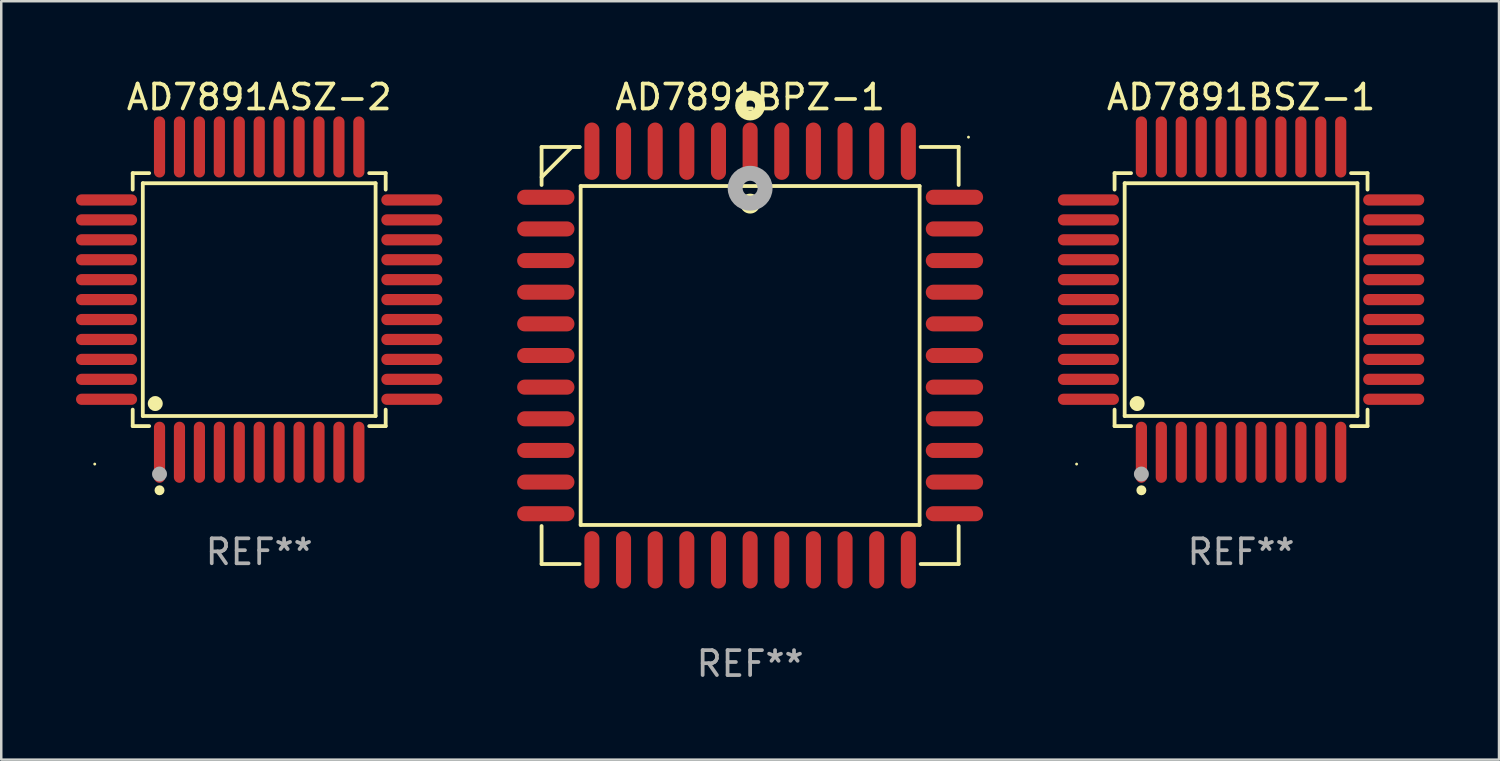
<source format=kicad_pcb>
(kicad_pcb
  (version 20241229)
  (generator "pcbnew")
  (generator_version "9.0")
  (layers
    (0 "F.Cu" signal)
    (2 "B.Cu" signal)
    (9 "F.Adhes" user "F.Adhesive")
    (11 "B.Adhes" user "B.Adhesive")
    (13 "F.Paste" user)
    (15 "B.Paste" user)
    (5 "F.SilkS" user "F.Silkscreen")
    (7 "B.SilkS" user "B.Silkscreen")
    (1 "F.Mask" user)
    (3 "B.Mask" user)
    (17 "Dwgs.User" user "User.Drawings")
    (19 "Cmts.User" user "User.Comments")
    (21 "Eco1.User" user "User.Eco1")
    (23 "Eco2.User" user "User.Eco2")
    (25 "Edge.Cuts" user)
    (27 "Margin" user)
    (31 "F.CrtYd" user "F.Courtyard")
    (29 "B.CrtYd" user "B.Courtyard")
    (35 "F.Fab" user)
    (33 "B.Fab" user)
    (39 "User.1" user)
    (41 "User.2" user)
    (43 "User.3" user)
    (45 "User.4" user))
  (footprint "AD7891BSZ-1"
    (layer "F.Cu")
    (at 46.756 8.974)
    (property "Reference" "AD7891BSZ-1" (at 0 -8.126 0) (layer "F.SilkS") (effects (font (size 1 1) (thickness 0.15))))
    (attr through_hole)
    (fp_line (start -5.076 -5.076) (end -4.415 -5.076) (stroke (width 0.152) (type solid)) (layer "F.SilkS"))
    (fp_line (start -5.076 -4.415) (end -5.076 -5.076) (stroke (width 0.152) (type solid)) (layer "F.SilkS"))
    (fp_line (start -5.076 4.415) (end -5.076 5.076) (stroke (width 0.152) (type solid)) (layer "F.SilkS"))
    (fp_line (start -5.076 5.076) (end -4.415 5.076) (stroke (width 0.152) (type solid)) (layer "F.SilkS"))
    (fp_line (start -4.671 -4.671) (end 4.671 -4.671) (stroke (width 0.152) (type solid)) (layer "F.SilkS"))
    (fp_line (start -4.671 4.671) (end -4.671 -4.671) (stroke (width 0.152) (type solid)) (layer "F.SilkS"))
    (fp_line (start 4.671 -4.671) (end 4.671 4.671) (stroke (width 0.152) (type solid)) (layer "F.SilkS"))
    (fp_line (start 4.671 4.671) (end -4.671 4.671) (stroke (width 0.152) (type solid)) (layer "F.SilkS"))
    (fp_line (start 5.076 -5.076) (end 4.415 -5.076) (stroke (width 0.152) (type solid)) (layer "F.SilkS"))
    (fp_line (start 5.076 -4.415) (end 5.076 -5.076) (stroke (width 0.152) (type solid)) (layer "F.SilkS"))
    (fp_line (start 5.076 4.415) (end 5.076 5.076) (stroke (width 0.152) (type solid)) (layer "F.SilkS"))
    (fp_line (start 5.076 5.076) (end 4.415 5.076) (stroke (width 0.152) (type solid)) (layer "F.SilkS"))
    (fp_circle (center -6.6 6.6) (end -6.57 6.6) (stroke (width 0.06) (type solid)) (fill no) (layer "F.SilkS"))
    (fp_circle (center -4.171 4.171) (end -4.021 4.171) (stroke (width 0.3) (type solid)) (fill no) (layer "F.SilkS"))
    (fp_circle (center -4 7.652) (end -3.9 7.652) (stroke (width 0.2) (type solid)) (fill no) (layer "F.SilkS"))
    (fp_circle (center -4 7) (end -3.85 7) (stroke (width 0.3) (type solid)) (fill no) (layer "F.Fab"))
    (fp_text user "REF**" (at 0 10.126 0) (layer "F.Fab") (effects (font (size 1 1) (thickness 0.15))))
    (pad "1" smd oval (at -4 6.126) (size 0.448 2.452) (layers "F.Cu" "F.Mask" "F.Paste"))
    (pad "2" smd oval (at -3.2 6.126) (size 0.448 2.452) (layers "F.Cu" "F.Mask" "F.Paste"))
    (pad "3" smd oval (at -2.4 6.126) (size 0.448 2.452) (layers "F.Cu" "F.Mask" "F.Paste"))
    (pad "4" smd oval (at -1.6 6.126) (size 0.448 2.452) (layers "F.Cu" "F.Mask" "F.Paste"))
    (pad "5" smd oval (at -0.8 6.126) (size 0.448 2.452) (layers "F.Cu" "F.Mask" "F.Paste"))
    (pad "6" smd oval (at 0 6.126) (size 0.448 2.452) (layers "F.Cu" "F.Mask" "F.Paste"))
    (pad "7" smd oval (at 0.8 6.126) (size 0.448 2.452) (layers "F.Cu" "F.Mask" "F.Paste"))
    (pad "8" smd oval (at 1.6 6.126) (size 0.448 2.452) (layers "F.Cu" "F.Mask" "F.Paste"))
    (pad "9" smd oval (at 2.4 6.126) (size 0.448 2.452) (layers "F.Cu" "F.Mask" "F.Paste"))
    (pad "10" smd oval (at 3.2 6.126) (size 0.448 2.452) (layers "F.Cu" "F.Mask" "F.Paste"))
    (pad "11" smd oval (at 4 6.126) (size 0.448 2.452) (layers "F.Cu" "F.Mask" "F.Paste"))
    (pad "12" smd oval (at 6.126 4) (size 2.452 0.448) (layers "F.Cu" "F.Mask" "F.Paste"))
    (pad "13" smd oval (at 6.126 3.2) (size 2.452 0.448) (layers "F.Cu" "F.Mask" "F.Paste"))
    (pad "14" smd oval (at 6.126 2.4) (size 2.452 0.448) (layers "F.Cu" "F.Mask" "F.Paste"))
    (pad "15" smd oval (at 6.126 1.6) (size 2.452 0.448) (layers "F.Cu" "F.Mask" "F.Paste"))
    (pad "16" smd oval (at 6.126 0.8) (size 2.452 0.448) (layers "F.Cu" "F.Mask" "F.Paste"))
    (pad "17" smd oval (at 6.126 0) (size 2.452 0.448) (layers "F.Cu" "F.Mask" "F.Paste"))
    (pad "18" smd oval (at 6.126 -0.8) (size 2.452 0.448) (layers "F.Cu" "F.Mask" "F.Paste"))
    (pad "19" smd oval (at 6.126 -1.6) (size 2.452 0.448) (layers "F.Cu" "F.Mask" "F.Paste"))
    (pad "20" smd oval (at 6.126 -2.4) (size 2.452 0.448) (layers "F.Cu" "F.Mask" "F.Paste"))
    (pad "21" smd oval (at 6.126 -3.2) (size 2.452 0.448) (layers "F.Cu" "F.Mask" "F.Paste"))
    (pad "22" smd oval (at 6.126 -4) (size 2.452 0.448) (layers "F.Cu" "F.Mask" "F.Paste"))
    (pad "23" smd oval (at 4 -6.126) (size 0.448 2.452) (layers "F.Cu" "F.Mask" "F.Paste"))
    (pad "24" smd oval (at 3.2 -6.126) (size 0.448 2.452) (layers "F.Cu" "F.Mask" "F.Paste"))
    (pad "25" smd oval (at 2.4 -6.126) (size 0.448 2.452) (layers "F.Cu" "F.Mask" "F.Paste"))
    (pad "26" smd oval (at 1.6 -6.126) (size 0.448 2.452) (layers "F.Cu" "F.Mask" "F.Paste"))
    (pad "27" smd oval (at 0.8 -6.126) (size 0.448 2.452) (layers "F.Cu" "F.Mask" "F.Paste"))
    (pad "28" smd oval (at 0 -6.126) (size 0.448 2.452) (layers "F.Cu" "F.Mask" "F.Paste"))
    (pad "29" smd oval (at -0.8 -6.126) (size 0.448 2.452) (layers "F.Cu" "F.Mask" "F.Paste"))
    (pad "30" smd oval (at -1.6 -6.126) (size 0.448 2.452) (layers "F.Cu" "F.Mask" "F.Paste"))
    (pad "31" smd oval (at -2.4 -6.126) (size 0.448 2.452) (layers "F.Cu" "F.Mask" "F.Paste"))
    (pad "32" smd oval (at -3.2 -6.126) (size 0.448 2.452) (layers "F.Cu" "F.Mask" "F.Paste"))
    (pad "33" smd oval (at -4 -6.126) (size 0.448 2.452) (layers "F.Cu" "F.Mask" "F.Paste"))
    (pad "34" smd oval (at -6.126 -4) (size 2.452 0.448) (layers "F.Cu" "F.Mask" "F.Paste"))
    (pad "35" smd oval (at -6.126 -3.2) (size 2.452 0.448) (layers "F.Cu" "F.Mask" "F.Paste"))
    (pad "36" smd oval (at -6.126 -2.4) (size 2.452 0.448) (layers "F.Cu" "F.Mask" "F.Paste"))
    (pad "37" smd oval (at -6.126 -1.6) (size 2.452 0.448) (layers "F.Cu" "F.Mask" "F.Paste"))
    (pad "38" smd oval (at -6.126 -0.8) (size 2.452 0.448) (layers "F.Cu" "F.Mask" "F.Paste"))
    (pad "39" smd oval (at -6.126 0) (size 2.452 0.448) (layers "F.Cu" "F.Mask" "F.Paste"))
    (pad "40" smd oval (at -6.126 0.8) (size 2.452 0.448) (layers "F.Cu" "F.Mask" "F.Paste"))
    (pad "41" smd oval (at -6.126 1.6) (size 2.452 0.448) (layers "F.Cu" "F.Mask" "F.Paste"))
    (pad "42" smd oval (at -6.126 2.4) (size 2.452 0.448) (layers "F.Cu" "F.Mask" "F.Paste"))
    (pad "43" smd oval (at -6.126 3.2) (size 2.452 0.448) (layers "F.Cu" "F.Mask" "F.Paste"))
    (pad "44" smd oval (at -6.126 4) (size 2.452 0.448) (layers "F.Cu" "F.Mask" "F.Paste")))
  (footprint "AD7891ASZ-2"
    (layer "F.Cu")
    (at 7.352 8.974)
    (property "Reference" "AD7891ASZ-2" (at 0 -8.126 0) (layer "F.SilkS") (effects (font (size 1 1) (thickness 0.15))))
    (attr through_hole)
    (fp_line (start -5.076 -5.076) (end -4.415 -5.076) (stroke (width 0.152) (type solid)) (layer "F.SilkS"))
    (fp_line (start -5.076 -4.415) (end -5.076 -5.076) (stroke (width 0.152) (type solid)) (layer "F.SilkS"))
    (fp_line (start -5.076 4.415) (end -5.076 5.076) (stroke (width 0.152) (type solid)) (layer "F.SilkS"))
    (fp_line (start -5.076 5.076) (end -4.415 5.076) (stroke (width 0.152) (type solid)) (layer "F.SilkS"))
    (fp_line (start -4.671 -4.671) (end 4.671 -4.671) (stroke (width 0.152) (type solid)) (layer "F.SilkS"))
    (fp_line (start -4.671 4.671) (end -4.671 -4.671) (stroke (width 0.152) (type solid)) (layer "F.SilkS"))
    (fp_line (start 4.671 -4.671) (end 4.671 4.671) (stroke (width 0.152) (type solid)) (layer "F.SilkS"))
    (fp_line (start 4.671 4.671) (end -4.671 4.671) (stroke (width 0.152) (type solid)) (layer "F.SilkS"))
    (fp_line (start 5.076 -5.076) (end 4.415 -5.076) (stroke (width 0.152) (type solid)) (layer "F.SilkS"))
    (fp_line (start 5.076 -4.415) (end 5.076 -5.076) (stroke (width 0.152) (type solid)) (layer "F.SilkS"))
    (fp_line (start 5.076 4.415) (end 5.076 5.076) (stroke (width 0.152) (type solid)) (layer "F.SilkS"))
    (fp_line (start 5.076 5.076) (end 4.415 5.076) (stroke (width 0.152) (type solid)) (layer "F.SilkS"))
    (fp_circle (center -6.6 6.6) (end -6.57 6.6) (stroke (width 0.06) (type solid)) (fill no) (layer "F.SilkS"))
    (fp_circle (center -4.171 4.171) (end -4.021 4.171) (stroke (width 0.3) (type solid)) (fill no) (layer "F.SilkS"))
    (fp_circle (center -4 7.652) (end -3.9 7.652) (stroke (width 0.2) (type solid)) (fill no) (layer "F.SilkS"))
    (fp_circle (center -4 7) (end -3.85 7) (stroke (width 0.3) (type solid)) (fill no) (layer "F.Fab"))
    (fp_text user "REF**" (at 0 10.126 0) (layer "F.Fab") (effects (font (size 1 1) (thickness 0.15))))
    (pad "1" smd oval (at -4 6.126) (size 0.448 2.452) (layers "F.Cu" "F.Mask" "F.Paste"))
    (pad "2" smd oval (at -3.2 6.126) (size 0.448 2.452) (layers "F.Cu" "F.Mask" "F.Paste"))
    (pad "3" smd oval (at -2.4 6.126) (size 0.448 2.452) (layers "F.Cu" "F.Mask" "F.Paste"))
    (pad "4" smd oval (at -1.6 6.126) (size 0.448 2.452) (layers "F.Cu" "F.Mask" "F.Paste"))
    (pad "5" smd oval (at -0.8 6.126) (size 0.448 2.452) (layers "F.Cu" "F.Mask" "F.Paste"))
    (pad "6" smd oval (at 0 6.126) (size 0.448 2.452) (layers "F.Cu" "F.Mask" "F.Paste"))
    (pad "7" smd oval (at 0.8 6.126) (size 0.448 2.452) (layers "F.Cu" "F.Mask" "F.Paste"))
    (pad "8" smd oval (at 1.6 6.126) (size 0.448 2.452) (layers "F.Cu" "F.Mask" "F.Paste"))
    (pad "9" smd oval (at 2.4 6.126) (size 0.448 2.452) (layers "F.Cu" "F.Mask" "F.Paste"))
    (pad "10" smd oval (at 3.2 6.126) (size 0.448 2.452) (layers "F.Cu" "F.Mask" "F.Paste"))
    (pad "11" smd oval (at 4 6.126) (size 0.448 2.452) (layers "F.Cu" "F.Mask" "F.Paste"))
    (pad "12" smd oval (at 6.126 4) (size 2.452 0.448) (layers "F.Cu" "F.Mask" "F.Paste"))
    (pad "13" smd oval (at 6.126 3.2) (size 2.452 0.448) (layers "F.Cu" "F.Mask" "F.Paste"))
    (pad "14" smd oval (at 6.126 2.4) (size 2.452 0.448) (layers "F.Cu" "F.Mask" "F.Paste"))
    (pad "15" smd oval (at 6.126 1.6) (size 2.452 0.448) (layers "F.Cu" "F.Mask" "F.Paste"))
    (pad "16" smd oval (at 6.126 0.8) (size 2.452 0.448) (layers "F.Cu" "F.Mask" "F.Paste"))
    (pad "17" smd oval (at 6.126 0) (size 2.452 0.448) (layers "F.Cu" "F.Mask" "F.Paste"))
    (pad "18" smd oval (at 6.126 -0.8) (size 2.452 0.448) (layers "F.Cu" "F.Mask" "F.Paste"))
    (pad "19" smd oval (at 6.126 -1.6) (size 2.452 0.448) (layers "F.Cu" "F.Mask" "F.Paste"))
    (pad "20" smd oval (at 6.126 -2.4) (size 2.452 0.448) (layers "F.Cu" "F.Mask" "F.Paste"))
    (pad "21" smd oval (at 6.126 -3.2) (size 2.452 0.448) (layers "F.Cu" "F.Mask" "F.Paste"))
    (pad "22" smd oval (at 6.126 -4) (size 2.452 0.448) (layers "F.Cu" "F.Mask" "F.Paste"))
    (pad "23" smd oval (at 4 -6.126) (size 0.448 2.452) (layers "F.Cu" "F.Mask" "F.Paste"))
    (pad "24" smd oval (at 3.2 -6.126) (size 0.448 2.452) (layers "F.Cu" "F.Mask" "F.Paste"))
    (pad "25" smd oval (at 2.4 -6.126) (size 0.448 2.452) (layers "F.Cu" "F.Mask" "F.Paste"))
    (pad "26" smd oval (at 1.6 -6.126) (size 0.448 2.452) (layers "F.Cu" "F.Mask" "F.Paste"))
    (pad "27" smd oval (at 0.8 -6.126) (size 0.448 2.452) (layers "F.Cu" "F.Mask" "F.Paste"))
    (pad "28" smd oval (at 0 -6.126) (size 0.448 2.452) (layers "F.Cu" "F.Mask" "F.Paste"))
    (pad "29" smd oval (at -0.8 -6.126) (size 0.448 2.452) (layers "F.Cu" "F.Mask" "F.Paste"))
    (pad "30" smd oval (at -1.6 -6.126) (size 0.448 2.452) (layers "F.Cu" "F.Mask" "F.Paste"))
    (pad "31" smd oval (at -2.4 -6.126) (size 0.448 2.452) (layers "F.Cu" "F.Mask" "F.Paste"))
    (pad "32" smd oval (at -3.2 -6.126) (size 0.448 2.452) (layers "F.Cu" "F.Mask" "F.Paste"))
    (pad "33" smd oval (at -4 -6.126) (size 0.448 2.452) (layers "F.Cu" "F.Mask" "F.Paste"))
    (pad "34" smd oval (at -6.126 -4) (size 2.452 0.448) (layers "F.Cu" "F.Mask" "F.Paste"))
    (pad "35" smd oval (at -6.126 -3.2) (size 2.452 0.448) (layers "F.Cu" "F.Mask" "F.Paste"))
    (pad "36" smd oval (at -6.126 -2.4) (size 2.452 0.448) (layers "F.Cu" "F.Mask" "F.Paste"))
    (pad "37" smd oval (at -6.126 -1.6) (size 2.452 0.448) (layers "F.Cu" "F.Mask" "F.Paste"))
    (pad "38" smd oval (at -6.126 -0.8) (size 2.452 0.448) (layers "F.Cu" "F.Mask" "F.Paste"))
    (pad "39" smd oval (at -6.126 0) (size 2.452 0.448) (layers "F.Cu" "F.Mask" "F.Paste"))
    (pad "40" smd oval (at -6.126 0.8) (size 2.452 0.448) (layers "F.Cu" "F.Mask" "F.Paste"))
    (pad "41" smd oval (at -6.126 1.6) (size 2.452 0.448) (layers "F.Cu" "F.Mask" "F.Paste"))
    (pad "42" smd oval (at -6.126 2.4) (size 2.452 0.448) (layers "F.Cu" "F.Mask" "F.Paste"))
    (pad "43" smd oval (at -6.126 3.2) (size 2.452 0.448) (layers "F.Cu" "F.Mask" "F.Paste"))
    (pad "44" smd oval (at -6.126 4) (size 2.452 0.448) (layers "F.Cu" "F.Mask" "F.Paste")))
  (footprint "AD7891BPZ-1"
    (layer "F.Cu")
    (at 27.054 11.217)
    (property "Reference" "AD7891BPZ-1" (at 0 -10.369 0) (layer "F.SilkS") (effects (font (size 1 1) (thickness 0.15))))
    (attr through_hole)
    (fp_line (start -8.369 -8.369) (end -8.369 -6.843) (stroke (width 0.152) (type solid)) (layer "F.SilkS"))
    (fp_line (start -8.369 8.369) (end -8.369 6.843) (stroke (width 0.152) (type solid)) (layer "F.SilkS"))
    (fp_line (start -7.156 -8.369) (end -8.369 -7.156) (stroke (width 0.152) (type solid)) (layer "F.SilkS"))
    (fp_line (start -6.843 -8.369) (end -8.369 -8.369) (stroke (width 0.152) (type solid)) (layer "F.SilkS"))
    (fp_line (start -6.843 -8.369) (end -7.156 -8.369) (stroke (width 0.152) (type solid)) (layer "F.SilkS"))
    (fp_line (start -6.843 8.369) (end -8.369 8.369) (stroke (width 0.152) (type solid)) (layer "F.SilkS"))
    (fp_line (start -6.801 -6.801) (end 6.801 -6.801) (stroke (width 0.152) (type solid)) (layer "F.SilkS"))
    (fp_line (start -6.801 6.801) (end -6.801 -6.801) (stroke (width 0.152) (type solid)) (layer "F.SilkS"))
    (fp_line (start 6.801 -6.801) (end 6.801 6.801) (stroke (width 0.152) (type solid)) (layer "F.SilkS"))
    (fp_line (start 6.801 6.801) (end -6.801 6.801) (stroke (width 0.152) (type solid)) (layer "F.SilkS"))
    (fp_line (start 6.843 -8.369) (end 8.369 -8.369) (stroke (width 0.152) (type solid)) (layer "F.SilkS"))
    (fp_line (start 6.843 8.369) (end 8.369 8.369) (stroke (width 0.152) (type solid)) (layer "F.SilkS"))
    (fp_line (start 8.369 -8.369) (end 8.369 -6.843) (stroke (width 0.152) (type solid)) (layer "F.SilkS"))
    (fp_line (start 8.369 8.369) (end 8.369 6.843) (stroke (width 0.152) (type solid)) (layer "F.SilkS"))
    (fp_circle (center -0.000013 -6.096) (end 0.2 -6.096) (stroke (width 0.4) (type solid)) (fill no) (layer "F.SilkS"))
    (fp_circle (center 0.000114 -10.033) (end 0.2 -10.033) (stroke (width 0.4) (type solid)) (fill no) (layer "F.SilkS"))
    (fp_circle (center 8.763 -8.763) (end 8.793 -8.763) (stroke (width 0.06) (type solid)) (fill no) (layer "F.SilkS"))
    (fp_circle (center 0.000114 -6.712) (end 0.3 -6.712) (stroke (width 0.6) (type solid)) (fill no) (layer "F.Fab"))
    (fp_text user "REF**" (at 0 12.369 0) (layer "F.Fab") (effects (font (size 1 1) (thickness 0.15))))
    (pad "1" smd oval (at 0.000114 -8.2) (size 0.604 2.3) (layers "F.Cu" "F.Mask" "F.Paste"))
    (pad "2" smd oval (at -1.27 -8.2) (size 0.604 2.3) (layers "F.Cu" "F.Mask" "F.Paste"))
    (pad "3" smd oval (at -2.54 -8.2) (size 0.604 2.3) (layers "F.Cu" "F.Mask" "F.Paste"))
    (pad "4" smd oval (at -3.81 -8.2) (size 0.604 2.3) (layers "F.Cu" "F.Mask" "F.Paste"))
    (pad "5" smd oval (at -5.08 -8.2) (size 0.604 2.3) (layers "F.Cu" "F.Mask" "F.Paste"))
    (pad "6" smd oval (at -6.35 -8.2) (size 0.604 2.3) (layers "F.Cu" "F.Mask" "F.Paste"))
    (pad "7" smd oval (at -8.2 -6.35) (size 2.3 0.604) (layers "F.Cu" "F.Mask" "F.Paste"))
    (pad "8" smd oval (at -8.2 -5.08) (size 2.3 0.604) (layers "F.Cu" "F.Mask" "F.Paste"))
    (pad "9" smd oval (at -8.2 -3.81) (size 2.3 0.604) (layers "F.Cu" "F.Mask" "F.Paste"))
    (pad "10" smd oval (at -8.2 -2.54) (size 2.3 0.604) (layers "F.Cu" "F.Mask" "F.Paste"))
    (pad "11" smd oval (at -8.2 -1.27) (size 2.3 0.604) (layers "F.Cu" "F.Mask" "F.Paste"))
    (pad "12" smd oval (at -8.2 0.000127) (size 2.3 0.604) (layers "F.Cu" "F.Mask" "F.Paste"))
    (pad "13" smd oval (at -8.2 1.27) (size 2.3 0.604) (layers "F.Cu" "F.Mask" "F.Paste"))
    (pad "14" smd oval (at -8.2 2.54) (size 2.3 0.604) (layers "F.Cu" "F.Mask" "F.Paste"))
    (pad "15" smd oval (at -8.2 3.81) (size 2.3 0.604) (layers "F.Cu" "F.Mask" "F.Paste"))
    (pad "16" smd oval (at -8.2 5.08) (size 2.3 0.604) (layers "F.Cu" "F.Mask" "F.Paste"))
    (pad "17" smd oval (at -8.2 6.35) (size 2.3 0.604) (layers "F.Cu" "F.Mask" "F.Paste"))
    (pad "18" smd oval (at -6.35 8.2) (size 0.604 2.3) (layers "F.Cu" "F.Mask" "F.Paste"))
    (pad "19" smd oval (at -5.08 8.2) (size 0.604 2.3) (layers "F.Cu" "F.Mask" "F.Paste"))
    (pad "20" smd oval (at -3.81 8.2) (size 0.604 2.3) (layers "F.Cu" "F.Mask" "F.Paste"))
    (pad "21" smd oval (at -2.54 8.2) (size 0.604 2.3) (layers "F.Cu" "F.Mask" "F.Paste"))
    (pad "22" smd oval (at -1.27 8.2) (size 0.604 2.3) (layers "F.Cu" "F.Mask" "F.Paste"))
    (pad "23" smd oval (at 0.000114 8.2) (size 0.604 2.3) (layers "F.Cu" "F.Mask" "F.Paste"))
    (pad "24" smd oval (at 1.27 8.2) (size 0.604 2.3) (layers "F.Cu" "F.Mask" "F.Paste"))
    (pad "25" smd oval (at 2.54 8.2) (size 0.604 2.3) (layers "F.Cu" "F.Mask" "F.Paste"))
    (pad "26" smd oval (at 3.81 8.2) (size 0.604 2.3) (layers "F.Cu" "F.Mask" "F.Paste"))
    (pad "27" smd oval (at 5.08 8.2) (size 0.604 2.3) (layers "F.Cu" "F.Mask" "F.Paste"))
    (pad "28" smd oval (at 6.35 8.2) (size 0.604 2.3) (layers "F.Cu" "F.Mask" "F.Paste"))
    (pad "29" smd oval (at 8.2 6.35) (size 2.3 0.604) (layers "F.Cu" "F.Mask" "F.Paste"))
    (pad "30" smd oval (at 8.2 5.08) (size 2.3 0.604) (layers "F.Cu" "F.Mask" "F.Paste"))
    (pad "31" smd oval (at 8.2 3.81) (size 2.3 0.604) (layers "F.Cu" "F.Mask" "F.Paste"))
    (pad "32" smd oval (at 8.2 2.54) (size 2.3 0.604) (layers "F.Cu" "F.Mask" "F.Paste"))
    (pad "33" smd oval (at 8.2 1.27) (size 2.3 0.604) (layers "F.Cu" "F.Mask" "F.Paste"))
    (pad "34" smd oval (at 8.2 0.000127) (size 2.3 0.604) (layers "F.Cu" "F.Mask" "F.Paste"))
    (pad "35" smd oval (at 8.2 -1.27) (size 2.3 0.604) (layers "F.Cu" "F.Mask" "F.Paste"))
    (pad "36" smd oval (at 8.2 -2.54) (size 2.3 0.604) (layers "F.Cu" "F.Mask" "F.Paste"))
    (pad "37" smd oval (at 8.2 -3.81) (size 2.3 0.604) (layers "F.Cu" "F.Mask" "F.Paste"))
    (pad "38" smd oval (at 8.2 -5.08) (size 2.3 0.604) (layers "F.Cu" "F.Mask" "F.Paste"))
    (pad "39" smd oval (at 8.2 -6.35) (size 2.3 0.604) (layers "F.Cu" "F.Mask" "F.Paste"))
    (pad "40" smd oval (at 6.35 -8.2) (size 0.604 2.3) (layers "F.Cu" "F.Mask" "F.Paste"))
    (pad "41" smd oval (at 5.08 -8.2) (size 0.604 2.3) (layers "F.Cu" "F.Mask" "F.Paste"))
    (pad "42" smd oval (at 3.81 -8.2) (size 0.604 2.3) (layers "F.Cu" "F.Mask" "F.Paste"))
    (pad "43" smd oval (at 2.54 -8.2) (size 0.604 2.3) (layers "F.Cu" "F.Mask" "F.Paste"))
    (pad "44" smd oval (at 1.27 -8.2) (size 0.604 2.3) (layers "F.Cu" "F.Mask" "F.Paste")))
  (gr_rect
    (start -3 -3)
    (end 57.108 27.435)
    (stroke (width 0.1) (type default))
    (fill no)
    (layer "Edge.Cuts")))
</source>
